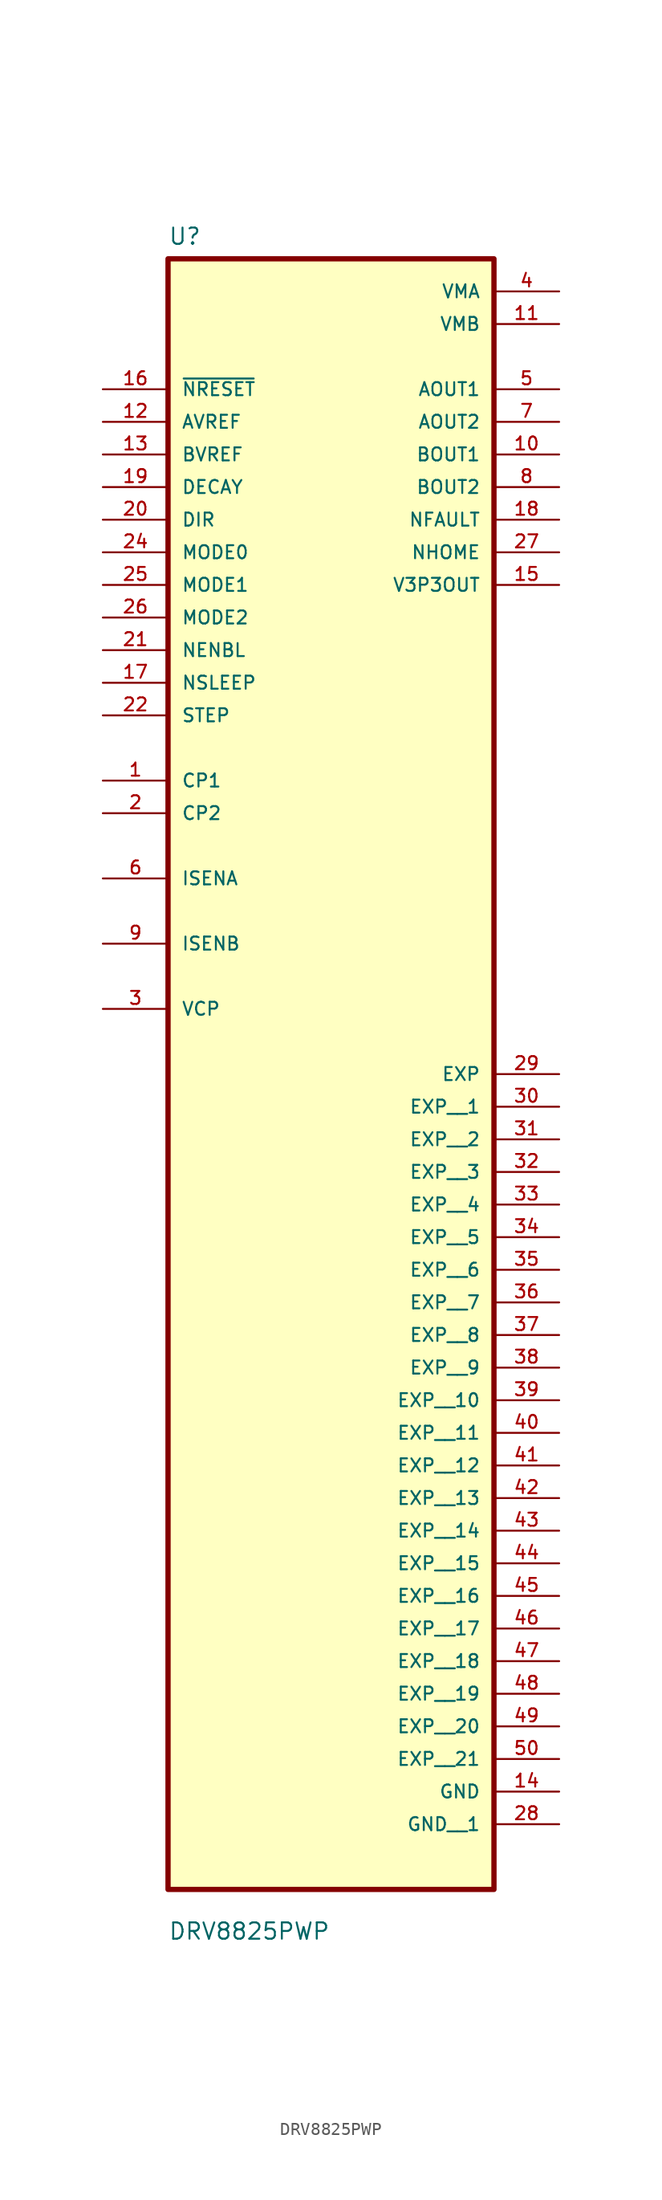
<source format=kicad_sym>
(kicad_symbol_lib
  (version 20211014)
  (generator kicad_symbol_editor)
  (symbol "DRV8825PWP"
    (pin_names
      (offset 1.016))
    (property "Reference" "U"
      (at -12.7 36.56 0.0)
      (effects (font (size 1.27 1.27)) (justify bottom left)))
    (property "Value" "DRV8825PWP"
      (at -12.7 -95.44 0.0)
      (effects (font (size 1.27 1.27)) (justify bottom left)))
    (symbol "DRV8825PWP_0_0"
      (rectangle (start -12.7 -91.44) (end 12.7 35.56) (stroke (width 0.41)) (fill (type background)))
      (pin input line (at -17.78 25.4 0) (length 5.08) (name "~{NRESET}" (effects (font (size 1.016 1.016)))) (number "16" (effects (font (size 1.016 1.016)))))
      (pin input line (at -17.78 22.86 0) (length 5.08) (name "AVREF" (effects (font (size 1.016 1.016)))) (number "12" (effects (font (size 1.016 1.016)))))
      (pin input line (at -17.78 20.32 0) (length 5.08) (name "BVREF" (effects (font (size 1.016 1.016)))) (number "13" (effects (font (size 1.016 1.016)))))
      (pin input line (at -17.78 17.78 0) (length 5.08) (name "DECAY" (effects (font (size 1.016 1.016)))) (number "19" (effects (font (size 1.016 1.016)))))
      (pin input line (at -17.78 15.24 0) (length 5.08) (name "DIR" (effects (font (size 1.016 1.016)))) (number "20" (effects (font (size 1.016 1.016)))))
      (pin input line (at -17.78 12.7 0) (length 5.08) (name "MODE0" (effects (font (size 1.016 1.016)))) (number "24" (effects (font (size 1.016 1.016)))))
      (pin input line (at -17.78 10.16 0) (length 5.08) (name "MODE1" (effects (font (size 1.016 1.016)))) (number "25" (effects (font (size 1.016 1.016)))))
      (pin input line (at -17.78 7.62 0) (length 5.08) (name "MODE2" (effects (font (size 1.016 1.016)))) (number "26" (effects (font (size 1.016 1.016)))))
      (pin input line (at -17.78 5.08 0) (length 5.08) (name "NENBL" (effects (font (size 1.016 1.016)))) (number "21" (effects (font (size 1.016 1.016)))))
      (pin input line (at -17.78 2.54 0) (length 5.08) (name "NSLEEP" (effects (font (size 1.016 1.016)))) (number "17" (effects (font (size 1.016 1.016)))))
      (pin input line (at -17.78 0.0 0) (length 5.08) (name "STEP" (effects (font (size 1.016 1.016)))) (number "22" (effects (font (size 1.016 1.016)))))
      (pin bidirectional line (at -17.78 -5.08 0) (length 5.08) (name "CP1" (effects (font (size 1.016 1.016)))) (number "1" (effects (font (size 1.016 1.016)))))
      (pin bidirectional line (at -17.78 -7.62 0) (length 5.08) (name "CP2" (effects (font (size 1.016 1.016)))) (number "2" (effects (font (size 1.016 1.016)))))
      (pin bidirectional line (at -17.78 -12.7 0) (length 5.08) (name "ISENA" (effects (font (size 1.016 1.016)))) (number "6" (effects (font (size 1.016 1.016)))))
      (pin bidirectional line (at -17.78 -17.78 0) (length 5.08) (name "ISENB" (effects (font (size 1.016 1.016)))) (number "9" (effects (font (size 1.016 1.016)))))
      (pin bidirectional line (at -17.78 -22.86 0) (length 5.08) (name "VCP" (effects (font (size 1.016 1.016)))) (number "3" (effects (font (size 1.016 1.016)))))
      (pin power_in line (at 17.78 33.02 180.0) (length 5.08) (name "VMA" (effects (font (size 1.016 1.016)))) (number "4" (effects (font (size 1.016 1.016)))))
      (pin power_in line (at 17.78 30.48 180.0) (length 5.08) (name "VMB" (effects (font (size 1.016 1.016)))) (number "11" (effects (font (size 1.016 1.016)))))
      (pin output line (at 17.78 25.4 180.0) (length 5.08) (name "AOUT1" (effects (font (size 1.016 1.016)))) (number "5" (effects (font (size 1.016 1.016)))))
      (pin output line (at 17.78 22.86 180.0) (length 5.08) (name "AOUT2" (effects (font (size 1.016 1.016)))) (number "7" (effects (font (size 1.016 1.016)))))
      (pin output line (at 17.78 20.32 180.0) (length 5.08) (name "BOUT1" (effects (font (size 1.016 1.016)))) (number "10" (effects (font (size 1.016 1.016)))))
      (pin output line (at 17.78 17.78 180.0) (length 5.08) (name "BOUT2" (effects (font (size 1.016 1.016)))) (number "8" (effects (font (size 1.016 1.016)))))
      (pin output line (at 17.78 15.24 180.0) (length 5.08) (name "NFAULT" (effects (font (size 1.016 1.016)))) (number "18" (effects (font (size 1.016 1.016)))))
      (pin output line (at 17.78 12.7 180.0) (length 5.08) (name "NHOME" (effects (font (size 1.016 1.016)))) (number "27" (effects (font (size 1.016 1.016)))))
      (pin output line (at 17.78 10.16 180.0) (length 5.08) (name "V3P3OUT" (effects (font (size 1.016 1.016)))) (number "15" (effects (font (size 1.016 1.016)))))
      (pin power_in line (at 17.78 -27.94 180.0) (length 5.08) (name "EXP" (effects (font (size 1.016 1.016)))) (number "29" (effects (font (size 1.016 1.016)))))
      (pin power_in line (at 17.78 -83.82 180.0) (length 5.08) (name "GND" (effects (font (size 1.016 1.016)))) (number "14" (effects (font (size 1.016 1.016)))))
      (pin power_in line (at 17.78 -30.48 180.0) (length 5.08) (name "EXP__1" (effects (font (size 1.016 1.016)))) (number "30" (effects (font (size 1.016 1.016)))))
      (pin power_in line (at 17.78 -33.02 180.0) (length 5.08) (name "EXP__2" (effects (font (size 1.016 1.016)))) (number "31" (effects (font (size 1.016 1.016)))))
      (pin power_in line (at 17.78 -35.56 180.0) (length 5.08) (name "EXP__3" (effects (font (size 1.016 1.016)))) (number "32" (effects (font (size 1.016 1.016)))))
      (pin power_in line (at 17.78 -38.1 180.0) (length 5.08) (name "EXP__4" (effects (font (size 1.016 1.016)))) (number "33" (effects (font (size 1.016 1.016)))))
      (pin power_in line (at 17.78 -40.64 180.0) (length 5.08) (name "EXP__5" (effects (font (size 1.016 1.016)))) (number "34" (effects (font (size 1.016 1.016)))))
      (pin power_in line (at 17.78 -43.18 180.0) (length 5.08) (name "EXP__6" (effects (font (size 1.016 1.016)))) (number "35" (effects (font (size 1.016 1.016)))))
      (pin power_in line (at 17.78 -45.72 180.0) (length 5.08) (name "EXP__7" (effects (font (size 1.016 1.016)))) (number "36" (effects (font (size 1.016 1.016)))))
      (pin power_in line (at 17.78 -48.26 180.0) (length 5.08) (name "EXP__8" (effects (font (size 1.016 1.016)))) (number "37" (effects (font (size 1.016 1.016)))))
      (pin power_in line (at 17.78 -50.8 180.0) (length 5.08) (name "EXP__9" (effects (font (size 1.016 1.016)))) (number "38" (effects (font (size 1.016 1.016)))))
      (pin power_in line (at 17.78 -53.34 180.0) (length 5.08) (name "EXP__10" (effects (font (size 1.016 1.016)))) (number "39" (effects (font (size 1.016 1.016)))))
      (pin power_in line (at 17.78 -55.88 180.0) (length 5.08) (name "EXP__11" (effects (font (size 1.016 1.016)))) (number "40" (effects (font (size 1.016 1.016)))))
      (pin power_in line (at 17.78 -58.42 180.0) (length 5.08) (name "EXP__12" (effects (font (size 1.016 1.016)))) (number "41" (effects (font (size 1.016 1.016)))))
      (pin power_in line (at 17.78 -60.96 180.0) (length 5.08) (name "EXP__13" (effects (font (size 1.016 1.016)))) (number "42" (effects (font (size 1.016 1.016)))))
      (pin power_in line (at 17.78 -63.5 180.0) (length 5.08) (name "EXP__14" (effects (font (size 1.016 1.016)))) (number "43" (effects (font (size 1.016 1.016)))))
      (pin power_in line (at 17.78 -66.04 180.0) (length 5.08) (name "EXP__15" (effects (font (size 1.016 1.016)))) (number "44" (effects (font (size 1.016 1.016)))))
      (pin power_in line (at 17.78 -68.58 180.0) (length 5.08) (name "EXP__16" (effects (font (size 1.016 1.016)))) (number "45" (effects (font (size 1.016 1.016)))))
      (pin power_in line (at 17.78 -71.12 180.0) (length 5.08) (name "EXP__17" (effects (font (size 1.016 1.016)))) (number "46" (effects (font (size 1.016 1.016)))))
      (pin power_in line (at 17.78 -73.66 180.0) (length 5.08) (name "EXP__18" (effects (font (size 1.016 1.016)))) (number "47" (effects (font (size 1.016 1.016)))))
      (pin power_in line (at 17.78 -76.2 180.0) (length 5.08) (name "EXP__19" (effects (font (size 1.016 1.016)))) (number "48" (effects (font (size 1.016 1.016)))))
      (pin power_in line (at 17.78 -78.74 180.0) (length 5.08) (name "EXP__20" (effects (font (size 1.016 1.016)))) (number "49" (effects (font (size 1.016 1.016)))))
      (pin power_in line (at 17.78 -81.28 180.0) (length 5.08) (name "EXP__21" (effects (font (size 1.016 1.016)))) (number "50" (effects (font (size 1.016 1.016)))))
      (pin power_in line (at 17.78 -86.36 180.0) (length 5.08) (name "GND__1" (effects (font (size 1.016 1.016)))) (number "28" (effects (font (size 1.016 1.016))))))))
</source>
